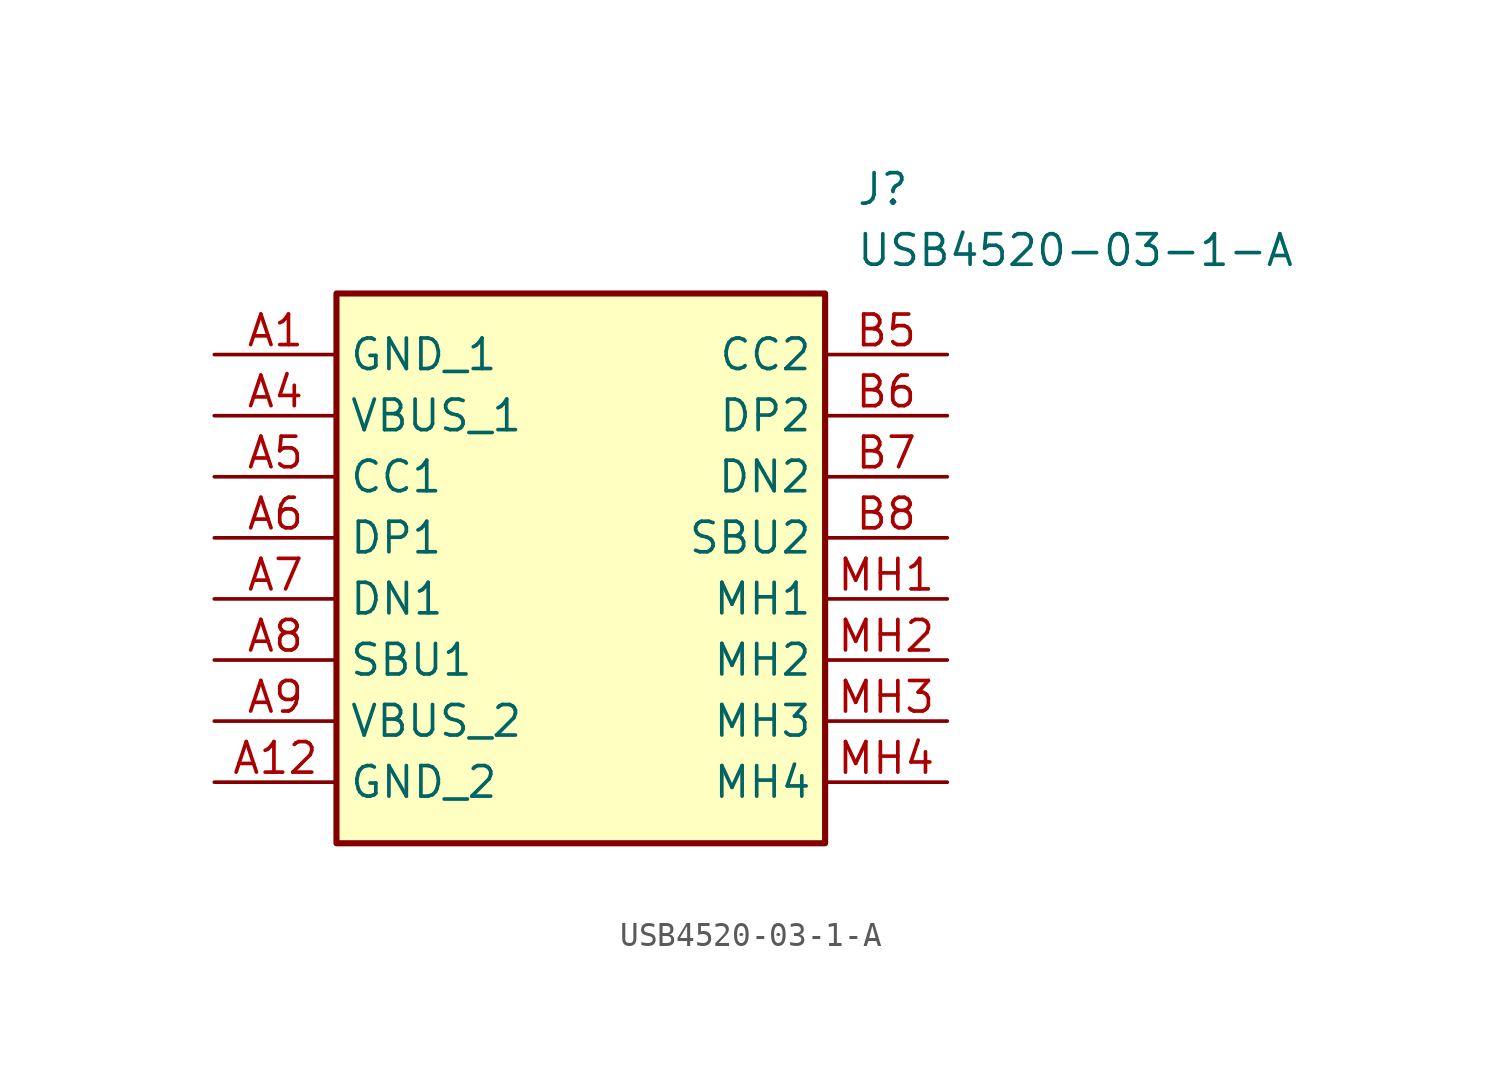
<source format=kicad_sym>
(kicad_symbol_lib
  (version 20211014)
  (generator SamacSys_ECAD_Model)
  (symbol "USB4520-03-1-A"
    (property "Reference" "J"
      (at 26.67 7.62 0)
      (effects (font (size 1.27 1.27)) (justify left top)))
    (property "Value" "USB4520-03-1-A"
      (at 26.67 5.08 0)
      (effects (font (size 1.27 1.27)) (justify left top)))
    (rectangle
      (start 5.08 2.54)
      (end 25.4 -20.32)
      (stroke (width 0.254) (type default))
      (fill (type background)))
    (pin passive line
      (at 0 0 0)
      (length 5.08)
      (name "GND_1" (effects (font (size 1.27 1.27))))
      (number "A1" (effects (font (size 1.27 1.27)))))
    (pin passive line
      (at 0 -2.54 0)
      (length 5.08)
      (name "VBUS_1" (effects (font (size 1.27 1.27))))
      (number "A4" (effects (font (size 1.27 1.27)))))
    (pin passive line
      (at 0 -5.08 0)
      (length 5.08)
      (name "CC1" (effects (font (size 1.27 1.27))))
      (number "A5" (effects (font (size 1.27 1.27)))))
    (pin passive line
      (at 0 -7.62 0)
      (length 5.08)
      (name "DP1" (effects (font (size 1.27 1.27))))
      (number "A6" (effects (font (size 1.27 1.27)))))
    (pin passive line
      (at 0 -10.16 0)
      (length 5.08)
      (name "DN1" (effects (font (size 1.27 1.27))))
      (number "A7" (effects (font (size 1.27 1.27)))))
    (pin passive line
      (at 0 -12.7 0)
      (length 5.08)
      (name "SBU1" (effects (font (size 1.27 1.27))))
      (number "A8" (effects (font (size 1.27 1.27)))))
    (pin passive line
      (at 0 -15.24 0)
      (length 5.08)
      (name "VBUS_2" (effects (font (size 1.27 1.27))))
      (number "A9" (effects (font (size 1.27 1.27)))))
    (pin passive line
      (at 0 -17.78 0)
      (length 5.08)
      (name "GND_2" (effects (font (size 1.27 1.27))))
      (number "A12" (effects (font (size 1.27 1.27)))))
    (pin passive line
      (at 30.48 0 180)
      (length 5.08)
      (name "CC2" (effects (font (size 1.27 1.27))))
      (number "B5" (effects (font (size 1.27 1.27)))))
    (pin passive line
      (at 30.48 -2.54 180)
      (length 5.08)
      (name "DP2" (effects (font (size 1.27 1.27))))
      (number "B6" (effects (font (size 1.27 1.27)))))
    (pin passive line
      (at 30.48 -5.08 180)
      (length 5.08)
      (name "DN2" (effects (font (size 1.27 1.27))))
      (number "B7" (effects (font (size 1.27 1.27)))))
    (pin passive line
      (at 30.48 -7.62 180)
      (length 5.08)
      (name "SBU2" (effects (font (size 1.27 1.27))))
      (number "B8" (effects (font (size 1.27 1.27)))))
    (pin passive line
      (at 30.48 -10.16 180)
      (length 5.08)
      (name "MH1" (effects (font (size 1.27 1.27))))
      (number "MH1" (effects (font (size 1.27 1.27)))))
    (pin passive line
      (at 30.48 -12.7 180)
      (length 5.08)
      (name "MH2" (effects (font (size 1.27 1.27))))
      (number "MH2" (effects (font (size 1.27 1.27)))))
    (pin passive line
      (at 30.48 -15.24 180)
      (length 5.08)
      (name "MH3" (effects (font (size 1.27 1.27))))
      (number "MH3" (effects (font (size 1.27 1.27)))))
    (pin passive line
      (at 30.48 -17.78 180)
      (length 5.08)
      (name "MH4" (effects (font (size 1.27 1.27))))
      (number "MH4" (effects (font (size 1.27 1.27)))))))
</source>
